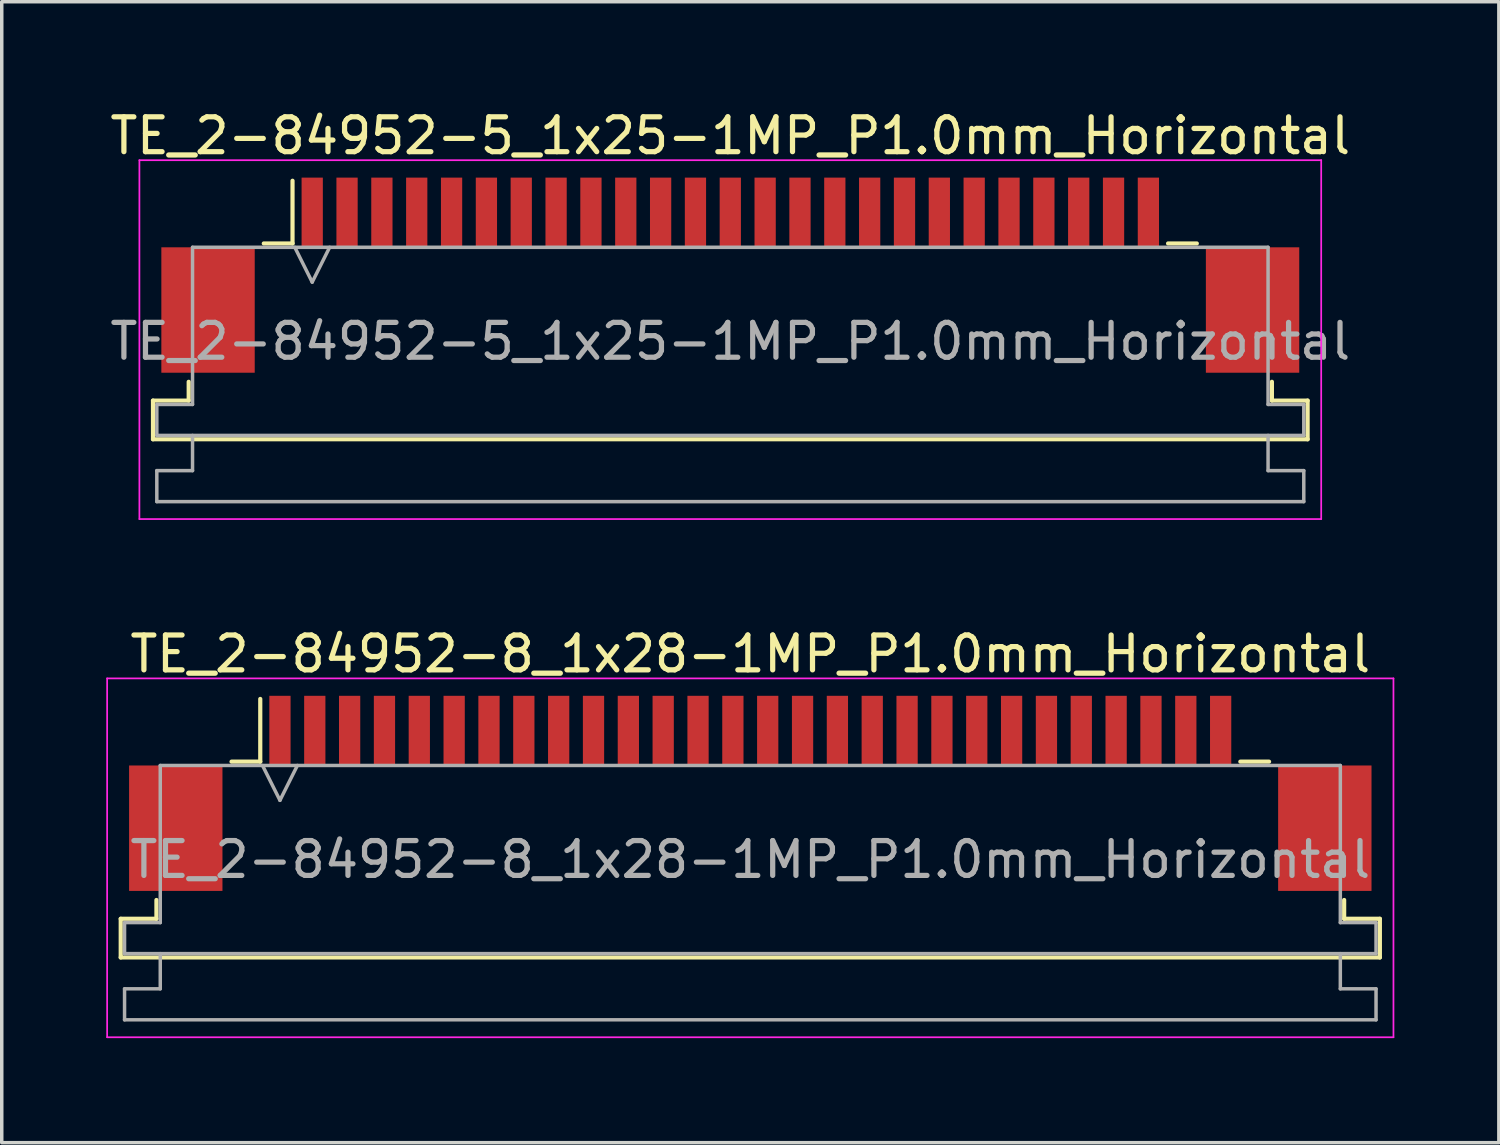
<source format=kicad_pcb>
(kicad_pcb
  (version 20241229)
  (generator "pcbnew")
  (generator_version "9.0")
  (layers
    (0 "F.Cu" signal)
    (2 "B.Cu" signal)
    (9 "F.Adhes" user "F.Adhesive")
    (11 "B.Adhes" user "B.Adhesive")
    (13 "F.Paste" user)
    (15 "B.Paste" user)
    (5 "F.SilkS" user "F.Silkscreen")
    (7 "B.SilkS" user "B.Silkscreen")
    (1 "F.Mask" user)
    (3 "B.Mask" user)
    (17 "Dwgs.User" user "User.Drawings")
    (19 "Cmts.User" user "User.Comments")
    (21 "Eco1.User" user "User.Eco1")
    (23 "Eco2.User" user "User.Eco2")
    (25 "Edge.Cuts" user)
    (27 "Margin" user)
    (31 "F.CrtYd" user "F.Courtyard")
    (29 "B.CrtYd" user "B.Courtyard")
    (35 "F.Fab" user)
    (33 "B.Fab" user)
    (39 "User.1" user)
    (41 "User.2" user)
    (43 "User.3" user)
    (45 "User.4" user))
  (footprint "TE_2-84952-8_1x28-1MP_P1.0mm_Horizontal"
    (layer "F.Cu")
    (at 18.485 19.721)
    (property "Reference" "TE_2-84952-8_1x28-1MP_P1.0mm_Horizontal" (at 0 -4 0) (layer "F.SilkS") (effects (font (size 1 1) (thickness 0.15))))
    (attr smd)
    (fp_line (start -18.07 3.6) (end -17.045 3.6) (stroke (width 0.12) (type solid)) (layer "F.SilkS"))
    (fp_line (start -18.07 4.71) (end -18.07 3.6) (stroke (width 0.12) (type solid)) (layer "F.SilkS"))
    (fp_line (start -17.045 3.6) (end -17.045 3.06) (stroke (width 0.12) (type solid)) (layer "F.SilkS"))
    (fp_line (start -14.89 -0.91) (end -14.065 -0.91) (stroke (width 0.12) (type solid)) (layer "F.SilkS"))
    (fp_line (start -14.065 -0.91) (end -14.065 -2.71) (stroke (width 0.12) (type solid)) (layer "F.SilkS"))
    (fp_line (start 14.065 -0.91) (end 14.89 -0.91) (stroke (width 0.12) (type solid)) (layer "F.SilkS"))
    (fp_line (start 17.045 3.06) (end 17.045 3.6) (stroke (width 0.12) (type solid)) (layer "F.SilkS"))
    (fp_line (start 17.045 3.6) (end 18.07 3.6) (stroke (width 0.12) (type solid)) (layer "F.SilkS"))
    (fp_line (start 18.07 3.6) (end 18.07 4.71) (stroke (width 0.12) (type solid)) (layer "F.SilkS"))
    (fp_line (start 18.07 4.71) (end -18.07 4.71) (stroke (width 0.12) (type solid)) (layer "F.SilkS"))
    (fp_line (start -18.46 -3.3) (end -18.46 7) (stroke (width 0.05) (type solid)) (layer "F.CrtYd"))
    (fp_line (start -18.46 7) (end 18.46 7) (stroke (width 0.05) (type solid)) (layer "F.CrtYd"))
    (fp_line (start 18.46 -3.3) (end -18.46 -3.3) (stroke (width 0.05) (type solid)) (layer "F.CrtYd"))
    (fp_line (start 18.46 7) (end 18.46 -3.3) (stroke (width 0.05) (type solid)) (layer "F.CrtYd"))
    (fp_line (start -17.96 3.71) (end -16.935 3.71) (stroke (width 0.1) (type solid)) (layer "F.Fab"))
    (fp_line (start -17.96 4.6) (end -17.96 3.71) (stroke (width 0.1) (type solid)) (layer "F.Fab"))
    (fp_line (start -17.96 5.61) (end -16.935 5.61) (stroke (width 0.1) (type solid)) (layer "F.Fab"))
    (fp_line (start -17.96 6.5) (end -17.96 5.61) (stroke (width 0.1) (type solid)) (layer "F.Fab"))
    (fp_line (start -16.935 -0.8) (end 16.935 -0.8) (stroke (width 0.1) (type solid)) (layer "F.Fab"))
    (fp_line (start -16.935 3.71) (end -16.935 -0.8) (stroke (width 0.1) (type solid)) (layer "F.Fab"))
    (fp_line (start -16.935 5.61) (end -16.935 4.6) (stroke (width 0.1) (type solid)) (layer "F.Fab"))
    (fp_line (start -14 -0.8) (end -13.5 0.2) (stroke (width 0.1) (type solid)) (layer "F.Fab"))
    (fp_line (start -13.5 0.2) (end -13 -0.8) (stroke (width 0.1) (type solid)) (layer "F.Fab"))
    (fp_line (start 16.935 -0.8) (end 16.935 3.71) (stroke (width 0.1) (type solid)) (layer "F.Fab"))
    (fp_line (start 16.935 3.71) (end 17.96 3.71) (stroke (width 0.1) (type solid)) (layer "F.Fab"))
    (fp_line (start 16.935 4.6) (end 16.935 5.61) (stroke (width 0.1) (type solid)) (layer "F.Fab"))
    (fp_line (start 16.935 5.61) (end 17.96 5.61) (stroke (width 0.1) (type solid)) (layer "F.Fab"))
    (fp_line (start 17.96 3.71) (end 17.96 4.6) (stroke (width 0.1) (type solid)) (layer "F.Fab"))
    (fp_line (start 17.96 4.6) (end -17.96 4.6) (stroke (width 0.1) (type solid)) (layer "F.Fab"))
    (fp_line (start 17.96 5.61) (end 17.96 6.5) (stroke (width 0.1) (type solid)) (layer "F.Fab"))
    (fp_line (start 17.96 6.5) (end -17.96 6.5) (stroke (width 0.1) (type solid)) (layer "F.Fab"))
    (fp_text user "${REFERENCE}" (at 0 1.9 0) (layer "F.Fab") (effects (font (size 1 1) (thickness 0.15))))
    (pad "1" smd rect (at -13.5 -1.8) (size 0.61 2) (layers "F.Cu" "F.Mask" "F.Paste"))
    (pad "2" smd rect (at -12.5 -1.8) (size 0.61 2) (layers "F.Cu" "F.Mask" "F.Paste"))
    (pad "3" smd rect (at -11.5 -1.8) (size 0.61 2) (layers "F.Cu" "F.Mask" "F.Paste"))
    (pad "4" smd rect (at -10.5 -1.8) (size 0.61 2) (layers "F.Cu" "F.Mask" "F.Paste"))
    (pad "5" smd rect (at -9.5 -1.8) (size 0.61 2) (layers "F.Cu" "F.Mask" "F.Paste"))
    (pad "6" smd rect (at -8.5 -1.8) (size 0.61 2) (layers "F.Cu" "F.Mask" "F.Paste"))
    (pad "7" smd rect (at -7.5 -1.8) (size 0.61 2) (layers "F.Cu" "F.Mask" "F.Paste"))
    (pad "8" smd rect (at -6.5 -1.8) (size 0.61 2) (layers "F.Cu" "F.Mask" "F.Paste"))
    (pad "9" smd rect (at -5.5 -1.8) (size 0.61 2) (layers "F.Cu" "F.Mask" "F.Paste"))
    (pad "10" smd rect (at -4.5 -1.8) (size 0.61 2) (layers "F.Cu" "F.Mask" "F.Paste"))
    (pad "11" smd rect (at -3.5 -1.8) (size 0.61 2) (layers "F.Cu" "F.Mask" "F.Paste"))
    (pad "12" smd rect (at -2.5 -1.8) (size 0.61 2) (layers "F.Cu" "F.Mask" "F.Paste"))
    (pad "13" smd rect (at -1.5 -1.8) (size 0.61 2) (layers "F.Cu" "F.Mask" "F.Paste"))
    (pad "14" smd rect (at -0.5 -1.8) (size 0.61 2) (layers "F.Cu" "F.Mask" "F.Paste"))
    (pad "15" smd rect (at 0.5 -1.8) (size 0.61 2) (layers "F.Cu" "F.Mask" "F.Paste"))
    (pad "16" smd rect (at 1.5 -1.8) (size 0.61 2) (layers "F.Cu" "F.Mask" "F.Paste"))
    (pad "17" smd rect (at 2.5 -1.8) (size 0.61 2) (layers "F.Cu" "F.Mask" "F.Paste"))
    (pad "18" smd rect (at 3.5 -1.8) (size 0.61 2) (layers "F.Cu" "F.Mask" "F.Paste"))
    (pad "19" smd rect (at 4.5 -1.8) (size 0.61 2) (layers "F.Cu" "F.Mask" "F.Paste"))
    (pad "20" smd rect (at 5.5 -1.8) (size 0.61 2) (layers "F.Cu" "F.Mask" "F.Paste"))
    (pad "21" smd rect (at 6.5 -1.8) (size 0.61 2) (layers "F.Cu" "F.Mask" "F.Paste"))
    (pad "22" smd rect (at 7.5 -1.8) (size 0.61 2) (layers "F.Cu" "F.Mask" "F.Paste"))
    (pad "23" smd rect (at 8.5 -1.8) (size 0.61 2) (layers "F.Cu" "F.Mask" "F.Paste"))
    (pad "24" smd rect (at 9.5 -1.8) (size 0.61 2) (layers "F.Cu" "F.Mask" "F.Paste"))
    (pad "25" smd rect (at 10.5 -1.8) (size 0.61 2) (layers "F.Cu" "F.Mask" "F.Paste"))
    (pad "26" smd rect (at 11.5 -1.8) (size 0.61 2) (layers "F.Cu" "F.Mask" "F.Paste"))
    (pad "27" smd rect (at 12.5 -1.8) (size 0.61 2) (layers "F.Cu" "F.Mask" "F.Paste"))
    (pad "28" smd rect (at 13.5 -1.8) (size 0.61 2) (layers "F.Cu" "F.Mask" "F.Paste"))
    (pad "MP" smd rect (at -16.49 1) (size 2.68 3.6) (layers "F.Cu" "F.Mask" "F.Paste"))
    (pad "MP" smd rect (at 16.49 1) (size 2.68 3.6) (layers "F.Cu" "F.Mask" "F.Paste")))
  (footprint "TE_2-84952-5_1x25-1MP_P1.0mm_Horizontal"
    (layer "F.Cu")
    (at 17.911 4.848)
    (property "Reference" "TE_2-84952-5_1x25-1MP_P1.0mm_Horizontal" (at 0 -4 0) (layer "F.SilkS") (effects (font (size 1 1) (thickness 0.15))))
    (attr smd)
    (fp_line (start -16.57 3.6) (end -15.545 3.6) (stroke (width 0.12) (type solid)) (layer "F.SilkS"))
    (fp_line (start -16.57 4.71) (end -16.57 3.6) (stroke (width 0.12) (type solid)) (layer "F.SilkS"))
    (fp_line (start -15.545 3.6) (end -15.545 3.06) (stroke (width 0.12) (type solid)) (layer "F.SilkS"))
    (fp_line (start -13.39 -0.91) (end -12.565 -0.91) (stroke (width 0.12) (type solid)) (layer "F.SilkS"))
    (fp_line (start -12.565 -0.91) (end -12.565 -2.71) (stroke (width 0.12) (type solid)) (layer "F.SilkS"))
    (fp_line (start 12.565 -0.91) (end 13.39 -0.91) (stroke (width 0.12) (type solid)) (layer "F.SilkS"))
    (fp_line (start 15.545 3.06) (end 15.545 3.6) (stroke (width 0.12) (type solid)) (layer "F.SilkS"))
    (fp_line (start 15.545 3.6) (end 16.57 3.6) (stroke (width 0.12) (type solid)) (layer "F.SilkS"))
    (fp_line (start 16.57 3.6) (end 16.57 4.71) (stroke (width 0.12) (type solid)) (layer "F.SilkS"))
    (fp_line (start 16.57 4.71) (end -16.57 4.71) (stroke (width 0.12) (type solid)) (layer "F.SilkS"))
    (fp_line (start -16.96 -3.3) (end -16.96 7) (stroke (width 0.05) (type solid)) (layer "F.CrtYd"))
    (fp_line (start -16.96 7) (end 16.96 7) (stroke (width 0.05) (type solid)) (layer "F.CrtYd"))
    (fp_line (start 16.96 -3.3) (end -16.96 -3.3) (stroke (width 0.05) (type solid)) (layer "F.CrtYd"))
    (fp_line (start 16.96 7) (end 16.96 -3.3) (stroke (width 0.05) (type solid)) (layer "F.CrtYd"))
    (fp_line (start -16.46 3.71) (end -15.435 3.71) (stroke (width 0.1) (type solid)) (layer "F.Fab"))
    (fp_line (start -16.46 4.6) (end -16.46 3.71) (stroke (width 0.1) (type solid)) (layer "F.Fab"))
    (fp_line (start -16.46 5.61) (end -15.435 5.61) (stroke (width 0.1) (type solid)) (layer "F.Fab"))
    (fp_line (start -16.46 6.5) (end -16.46 5.61) (stroke (width 0.1) (type solid)) (layer "F.Fab"))
    (fp_line (start -15.435 -0.8) (end 15.435 -0.8) (stroke (width 0.1) (type solid)) (layer "F.Fab"))
    (fp_line (start -15.435 3.71) (end -15.435 -0.8) (stroke (width 0.1) (type solid)) (layer "F.Fab"))
    (fp_line (start -15.435 5.61) (end -15.435 4.6) (stroke (width 0.1) (type solid)) (layer "F.Fab"))
    (fp_line (start -12.5 -0.8) (end -12 0.2) (stroke (width 0.1) (type solid)) (layer "F.Fab"))
    (fp_line (start -12 0.2) (end -11.5 -0.8) (stroke (width 0.1) (type solid)) (layer "F.Fab"))
    (fp_line (start 15.435 -0.8) (end 15.435 3.71) (stroke (width 0.1) (type solid)) (layer "F.Fab"))
    (fp_line (start 15.435 3.71) (end 16.46 3.71) (stroke (width 0.1) (type solid)) (layer "F.Fab"))
    (fp_line (start 15.435 4.6) (end 15.435 5.61) (stroke (width 0.1) (type solid)) (layer "F.Fab"))
    (fp_line (start 15.435 5.61) (end 16.46 5.61) (stroke (width 0.1) (type solid)) (layer "F.Fab"))
    (fp_line (start 16.46 3.71) (end 16.46 4.6) (stroke (width 0.1) (type solid)) (layer "F.Fab"))
    (fp_line (start 16.46 4.6) (end -16.46 4.6) (stroke (width 0.1) (type solid)) (layer "F.Fab"))
    (fp_line (start 16.46 5.61) (end 16.46 6.5) (stroke (width 0.1) (type solid)) (layer "F.Fab"))
    (fp_line (start 16.46 6.5) (end -16.46 6.5) (stroke (width 0.1) (type solid)) (layer "F.Fab"))
    (fp_text user "${REFERENCE}" (at 0 1.9 0) (layer "F.Fab") (effects (font (size 1 1) (thickness 0.15))))
    (pad "1" smd rect (at -12 -1.8) (size 0.61 2) (layers "F.Cu" "F.Mask" "F.Paste"))
    (pad "2" smd rect (at -11 -1.8) (size 0.61 2) (layers "F.Cu" "F.Mask" "F.Paste"))
    (pad "3" smd rect (at -10 -1.8) (size 0.61 2) (layers "F.Cu" "F.Mask" "F.Paste"))
    (pad "4" smd rect (at -9 -1.8) (size 0.61 2) (layers "F.Cu" "F.Mask" "F.Paste"))
    (pad "5" smd rect (at -8 -1.8) (size 0.61 2) (layers "F.Cu" "F.Mask" "F.Paste"))
    (pad "6" smd rect (at -7 -1.8) (size 0.61 2) (layers "F.Cu" "F.Mask" "F.Paste"))
    (pad "7" smd rect (at -6 -1.8) (size 0.61 2) (layers "F.Cu" "F.Mask" "F.Paste"))
    (pad "8" smd rect (at -5 -1.8) (size 0.61 2) (layers "F.Cu" "F.Mask" "F.Paste"))
    (pad "9" smd rect (at -4 -1.8) (size 0.61 2) (layers "F.Cu" "F.Mask" "F.Paste"))
    (pad "10" smd rect (at -3 -1.8) (size 0.61 2) (layers "F.Cu" "F.Mask" "F.Paste"))
    (pad "11" smd rect (at -2 -1.8) (size 0.61 2) (layers "F.Cu" "F.Mask" "F.Paste"))
    (pad "12" smd rect (at -1 -1.8) (size 0.61 2) (layers "F.Cu" "F.Mask" "F.Paste"))
    (pad "13" smd rect (at 0 -1.8) (size 0.61 2) (layers "F.Cu" "F.Mask" "F.Paste"))
    (pad "14" smd rect (at 1 -1.8) (size 0.61 2) (layers "F.Cu" "F.Mask" "F.Paste"))
    (pad "15" smd rect (at 2 -1.8) (size 0.61 2) (layers "F.Cu" "F.Mask" "F.Paste"))
    (pad "16" smd rect (at 3 -1.8) (size 0.61 2) (layers "F.Cu" "F.Mask" "F.Paste"))
    (pad "17" smd rect (at 4 -1.8) (size 0.61 2) (layers "F.Cu" "F.Mask" "F.Paste"))
    (pad "18" smd rect (at 5 -1.8) (size 0.61 2) (layers "F.Cu" "F.Mask" "F.Paste"))
    (pad "19" smd rect (at 6 -1.8) (size 0.61 2) (layers "F.Cu" "F.Mask" "F.Paste"))
    (pad "20" smd rect (at 7 -1.8) (size 0.61 2) (layers "F.Cu" "F.Mask" "F.Paste"))
    (pad "21" smd rect (at 8 -1.8) (size 0.61 2) (layers "F.Cu" "F.Mask" "F.Paste"))
    (pad "22" smd rect (at 9 -1.8) (size 0.61 2) (layers "F.Cu" "F.Mask" "F.Paste"))
    (pad "23" smd rect (at 10 -1.8) (size 0.61 2) (layers "F.Cu" "F.Mask" "F.Paste"))
    (pad "24" smd rect (at 11 -1.8) (size 0.61 2) (layers "F.Cu" "F.Mask" "F.Paste"))
    (pad "25" smd rect (at 12 -1.8) (size 0.61 2) (layers "F.Cu" "F.Mask" "F.Paste"))
    (pad "MP" smd rect (at -14.99 1) (size 2.68 3.6) (layers "F.Cu" "F.Mask" "F.Paste"))
    (pad "MP" smd rect (at 14.99 1) (size 2.68 3.6) (layers "F.Cu" "F.Mask" "F.Paste")))
  (gr_rect
    (start -3 -3)
    (end 39.97 29.747)
    (stroke (width 0.1) (type default))
    (fill no)
    (layer "Edge.Cuts")))
</source>
